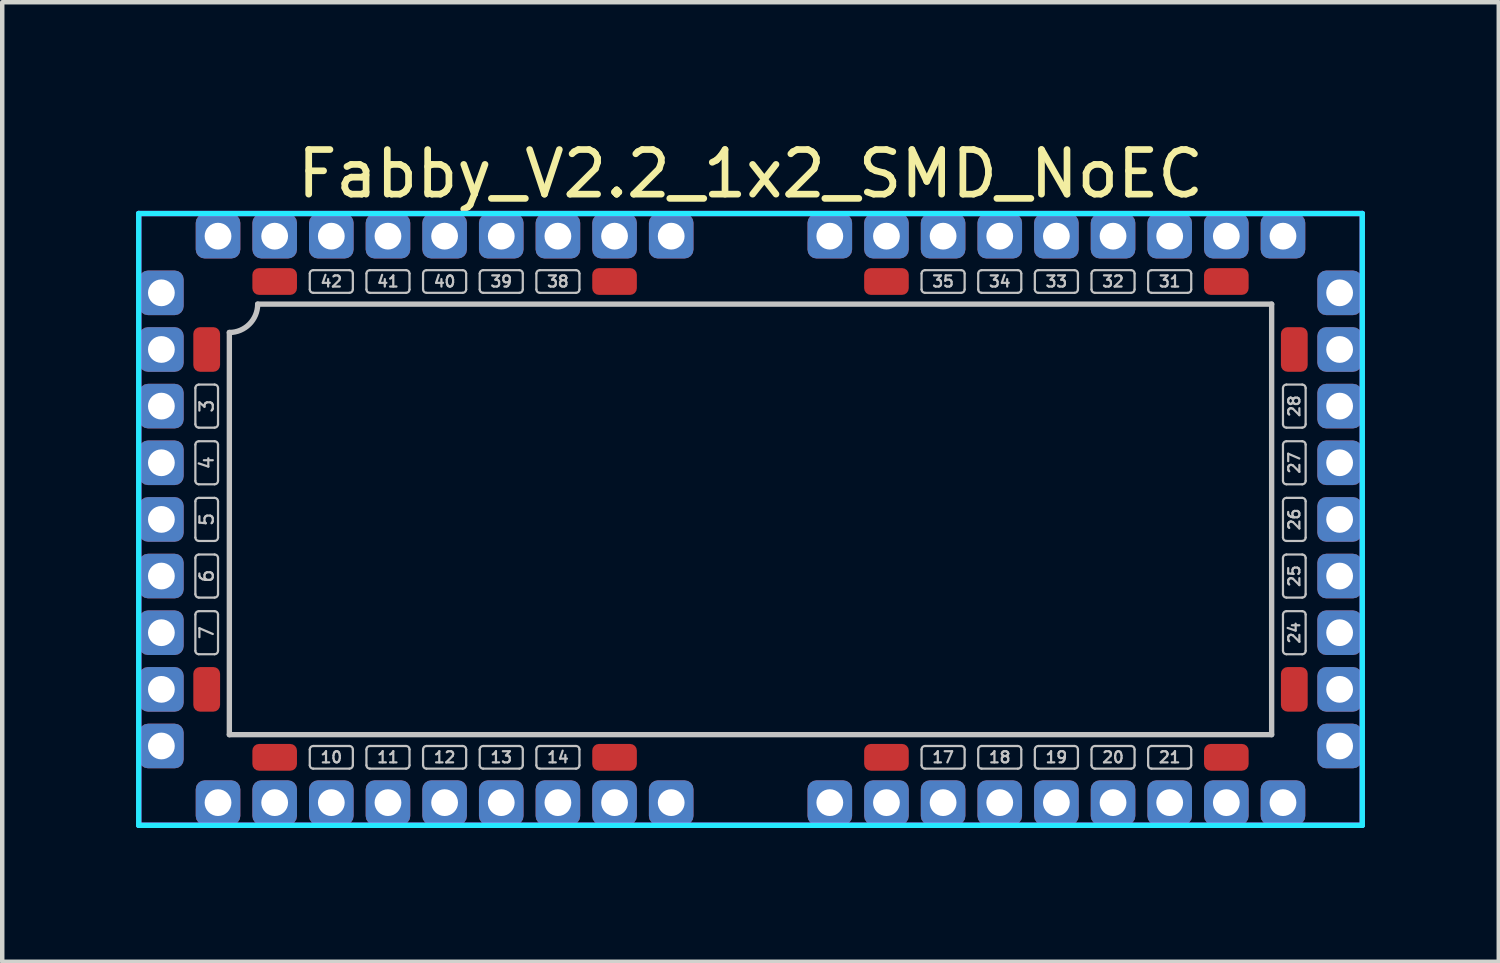
<source format=kicad_pcb>
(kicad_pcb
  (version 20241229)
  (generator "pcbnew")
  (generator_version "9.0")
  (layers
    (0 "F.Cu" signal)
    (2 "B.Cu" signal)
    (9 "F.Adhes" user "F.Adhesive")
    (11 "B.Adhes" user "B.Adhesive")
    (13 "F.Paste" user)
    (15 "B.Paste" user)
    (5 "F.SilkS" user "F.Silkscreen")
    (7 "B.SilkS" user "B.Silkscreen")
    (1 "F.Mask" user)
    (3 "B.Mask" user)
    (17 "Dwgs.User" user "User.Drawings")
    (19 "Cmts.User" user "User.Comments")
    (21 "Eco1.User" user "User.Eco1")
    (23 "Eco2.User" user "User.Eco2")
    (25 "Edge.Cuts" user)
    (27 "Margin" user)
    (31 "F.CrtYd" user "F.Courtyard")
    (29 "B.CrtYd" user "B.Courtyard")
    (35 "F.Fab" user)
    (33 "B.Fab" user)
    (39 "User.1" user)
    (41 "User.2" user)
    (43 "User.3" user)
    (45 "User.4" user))
  (footprint "Fabby_V2.2_1x2_SMD_NoEC"
    (layer "F.Cu")
    (at 13.776 8.595)
    (property "Reference" "Fabby_V2.2_1x2_SMD_NoEC" (at 0 -7.747 0) (layer "F.SilkS") (effects (font (size 1 1) (thickness 0.15))))
    (attr through_hole)
    (fp_line (start -12.446 -2.134) (end -12.446 -2.946) (stroke (width 0.05) (type solid)) (layer "Dwgs.User"))
    (fp_line (start -12.446 -0.864) (end -12.446 -1.676) (stroke (width 0.05) (type solid)) (layer "Dwgs.User"))
    (fp_line (start -12.446 0.406) (end -12.446 -0.406) (stroke (width 0.05) (type solid)) (layer "Dwgs.User"))
    (fp_line (start -12.446 1.676) (end -12.446 0.864) (stroke (width 0.05) (type solid)) (layer "Dwgs.User"))
    (fp_line (start -12.446 2.946) (end -12.446 2.134) (stroke (width 0.05) (type solid)) (layer "Dwgs.User"))
    (fp_line (start -12.37 -3.023) (end -12.014 -3.023) (stroke (width 0.05) (type solid)) (layer "Dwgs.User"))
    (fp_line (start -12.37 -2.057) (end -12.014 -2.057) (stroke (width 0.05) (type solid)) (layer "Dwgs.User"))
    (fp_line (start -12.37 -1.753) (end -12.014 -1.753) (stroke (width 0.05) (type solid)) (layer "Dwgs.User"))
    (fp_line (start -12.37 -0.787) (end -12.014 -0.787) (stroke (width 0.05) (type solid)) (layer "Dwgs.User"))
    (fp_line (start -12.37 -0.483) (end -12.014 -0.483) (stroke (width 0.05) (type solid)) (layer "Dwgs.User"))
    (fp_line (start -12.37 0.483) (end -12.014 0.483) (stroke (width 0.05) (type solid)) (layer "Dwgs.User"))
    (fp_line (start -12.37 0.787) (end -12.014 0.787) (stroke (width 0.05) (type solid)) (layer "Dwgs.User"))
    (fp_line (start -12.37 1.753) (end -12.014 1.753) (stroke (width 0.05) (type solid)) (layer "Dwgs.User"))
    (fp_line (start -12.37 2.057) (end -12.014 2.057) (stroke (width 0.05) (type solid)) (layer "Dwgs.User"))
    (fp_line (start -12.37 3.023) (end -12.014 3.023) (stroke (width 0.05) (type solid)) (layer "Dwgs.User"))
    (fp_line (start -11.938 -2.134) (end -11.938 -2.946) (stroke (width 0.05) (type solid)) (layer "Dwgs.User"))
    (fp_line (start -11.938 -0.864) (end -11.938 -1.676) (stroke (width 0.05) (type solid)) (layer "Dwgs.User"))
    (fp_line (start -11.938 0.406) (end -11.938 -0.406) (stroke (width 0.05) (type solid)) (layer "Dwgs.User"))
    (fp_line (start -11.938 1.676) (end -11.938 0.864) (stroke (width 0.05) (type solid)) (layer "Dwgs.User"))
    (fp_line (start -11.938 2.946) (end -11.938 2.134) (stroke (width 0.05) (type solid)) (layer "Dwgs.User"))
    (fp_line (start -11.684 4.826) (end -11.684 -4.191) (stroke (width 0.12) (type solid)) (layer "Dwgs.User"))
    (fp_line (start -11.049 -4.826) (end 11.684 -4.826) (stroke (width 0.12) (type solid)) (layer "Dwgs.User"))
    (fp_line (start -9.881 -5.156) (end -9.881 -5.512) (stroke (width 0.05) (type solid)) (layer "Dwgs.User"))
    (fp_line (start -9.881 5.512) (end -9.881 5.156) (stroke (width 0.05) (type solid)) (layer "Dwgs.User"))
    (fp_line (start -8.992 -5.588) (end -9.804 -5.588) (stroke (width 0.05) (type solid)) (layer "Dwgs.User"))
    (fp_line (start -8.992 -5.08) (end -9.804 -5.08) (stroke (width 0.05) (type solid)) (layer "Dwgs.User"))
    (fp_line (start -8.992 5.08) (end -9.804 5.08) (stroke (width 0.05) (type solid)) (layer "Dwgs.User"))
    (fp_line (start -8.992 5.588) (end -9.804 5.588) (stroke (width 0.05) (type solid)) (layer "Dwgs.User"))
    (fp_line (start -8.915 -5.156) (end -8.915 -5.512) (stroke (width 0.05) (type solid)) (layer "Dwgs.User"))
    (fp_line (start -8.915 5.512) (end -8.915 5.156) (stroke (width 0.05) (type solid)) (layer "Dwgs.User"))
    (fp_line (start -8.611 -5.156) (end -8.611 -5.512) (stroke (width 0.05) (type solid)) (layer "Dwgs.User"))
    (fp_line (start -8.611 5.512) (end -8.611 5.156) (stroke (width 0.05) (type solid)) (layer "Dwgs.User"))
    (fp_line (start -7.722 -5.588) (end -8.534 -5.588) (stroke (width 0.05) (type solid)) (layer "Dwgs.User"))
    (fp_line (start -7.722 -5.08) (end -8.534 -5.08) (stroke (width 0.05) (type solid)) (layer "Dwgs.User"))
    (fp_line (start -7.722 5.08) (end -8.534 5.08) (stroke (width 0.05) (type solid)) (layer "Dwgs.User"))
    (fp_line (start -7.722 5.588) (end -8.534 5.588) (stroke (width 0.05) (type solid)) (layer "Dwgs.User"))
    (fp_line (start -7.645 -5.156) (end -7.645 -5.512) (stroke (width 0.05) (type solid)) (layer "Dwgs.User"))
    (fp_line (start -7.645 5.512) (end -7.645 5.156) (stroke (width 0.05) (type solid)) (layer "Dwgs.User"))
    (fp_line (start -7.341 -5.156) (end -7.341 -5.512) (stroke (width 0.05) (type solid)) (layer "Dwgs.User"))
    (fp_line (start -7.341 5.512) (end -7.341 5.156) (stroke (width 0.05) (type solid)) (layer "Dwgs.User"))
    (fp_line (start -6.452 -5.588) (end -7.264 -5.588) (stroke (width 0.05) (type solid)) (layer "Dwgs.User"))
    (fp_line (start -6.452 -5.08) (end -7.264 -5.08) (stroke (width 0.05) (type solid)) (layer "Dwgs.User"))
    (fp_line (start -6.452 5.08) (end -7.264 5.08) (stroke (width 0.05) (type solid)) (layer "Dwgs.User"))
    (fp_line (start -6.452 5.588) (end -7.264 5.588) (stroke (width 0.05) (type solid)) (layer "Dwgs.User"))
    (fp_line (start -6.375 -5.156) (end -6.375 -5.512) (stroke (width 0.05) (type solid)) (layer "Dwgs.User"))
    (fp_line (start -6.375 5.512) (end -6.375 5.156) (stroke (width 0.05) (type solid)) (layer "Dwgs.User"))
    (fp_line (start -6.071 -5.156) (end -6.071 -5.512) (stroke (width 0.05) (type solid)) (layer "Dwgs.User"))
    (fp_line (start -6.071 5.512) (end -6.071 5.156) (stroke (width 0.05) (type solid)) (layer "Dwgs.User"))
    (fp_line (start -5.182 -5.588) (end -5.994 -5.588) (stroke (width 0.05) (type solid)) (layer "Dwgs.User"))
    (fp_line (start -5.182 -5.08) (end -5.994 -5.08) (stroke (width 0.05) (type solid)) (layer "Dwgs.User"))
    (fp_line (start -5.182 5.08) (end -5.994 5.08) (stroke (width 0.05) (type solid)) (layer "Dwgs.User"))
    (fp_line (start -5.182 5.588) (end -5.994 5.588) (stroke (width 0.05) (type solid)) (layer "Dwgs.User"))
    (fp_line (start -5.105 -5.156) (end -5.105 -5.512) (stroke (width 0.05) (type solid)) (layer "Dwgs.User"))
    (fp_line (start -5.105 5.512) (end -5.105 5.156) (stroke (width 0.05) (type solid)) (layer "Dwgs.User"))
    (fp_line (start -4.801 -5.156) (end -4.801 -5.512) (stroke (width 0.05) (type solid)) (layer "Dwgs.User"))
    (fp_line (start -4.801 5.512) (end -4.801 5.156) (stroke (width 0.05) (type solid)) (layer "Dwgs.User"))
    (fp_line (start -3.912 -5.588) (end -4.724 -5.588) (stroke (width 0.05) (type solid)) (layer "Dwgs.User"))
    (fp_line (start -3.912 -5.08) (end -4.724 -5.08) (stroke (width 0.05) (type solid)) (layer "Dwgs.User"))
    (fp_line (start -3.912 5.08) (end -4.724 5.08) (stroke (width 0.05) (type solid)) (layer "Dwgs.User"))
    (fp_line (start -3.912 5.588) (end -4.724 5.588) (stroke (width 0.05) (type solid)) (layer "Dwgs.User"))
    (fp_line (start -3.835 -5.156) (end -3.835 -5.512) (stroke (width 0.05) (type solid)) (layer "Dwgs.User"))
    (fp_line (start -3.835 5.512) (end -3.835 5.156) (stroke (width 0.05) (type solid)) (layer "Dwgs.User"))
    (fp_line (start 3.835 -5.156) (end 3.835 -5.512) (stroke (width 0.05) (type solid)) (layer "Dwgs.User"))
    (fp_line (start 3.835 5.512) (end 3.835 5.156) (stroke (width 0.05) (type solid)) (layer "Dwgs.User"))
    (fp_line (start 4.724 -5.588) (end 3.912 -5.588) (stroke (width 0.05) (type solid)) (layer "Dwgs.User"))
    (fp_line (start 4.724 -5.08) (end 3.912 -5.08) (stroke (width 0.05) (type solid)) (layer "Dwgs.User"))
    (fp_line (start 4.724 5.08) (end 3.912 5.08) (stroke (width 0.05) (type solid)) (layer "Dwgs.User"))
    (fp_line (start 4.724 5.588) (end 3.912 5.588) (stroke (width 0.05) (type solid)) (layer "Dwgs.User"))
    (fp_line (start 4.801 -5.156) (end 4.801 -5.512) (stroke (width 0.05) (type solid)) (layer "Dwgs.User"))
    (fp_line (start 4.801 5.512) (end 4.801 5.156) (stroke (width 0.05) (type solid)) (layer "Dwgs.User"))
    (fp_line (start 5.105 -5.156) (end 5.105 -5.512) (stroke (width 0.05) (type solid)) (layer "Dwgs.User"))
    (fp_line (start 5.105 5.512) (end 5.105 5.156) (stroke (width 0.05) (type solid)) (layer "Dwgs.User"))
    (fp_line (start 5.994 -5.588) (end 5.182 -5.588) (stroke (width 0.05) (type solid)) (layer "Dwgs.User"))
    (fp_line (start 5.994 -5.08) (end 5.182 -5.08) (stroke (width 0.05) (type solid)) (layer "Dwgs.User"))
    (fp_line (start 5.994 5.08) (end 5.182 5.08) (stroke (width 0.05) (type solid)) (layer "Dwgs.User"))
    (fp_line (start 5.994 5.588) (end 5.182 5.588) (stroke (width 0.05) (type solid)) (layer "Dwgs.User"))
    (fp_line (start 6.071 -5.156) (end 6.071 -5.512) (stroke (width 0.05) (type solid)) (layer "Dwgs.User"))
    (fp_line (start 6.071 5.512) (end 6.071 5.156) (stroke (width 0.05) (type solid)) (layer "Dwgs.User"))
    (fp_line (start 6.375 -5.156) (end 6.375 -5.512) (stroke (width 0.05) (type solid)) (layer "Dwgs.User"))
    (fp_line (start 6.375 5.512) (end 6.375 5.156) (stroke (width 0.05) (type solid)) (layer "Dwgs.User"))
    (fp_line (start 7.264 -5.588) (end 6.452 -5.588) (stroke (width 0.05) (type solid)) (layer "Dwgs.User"))
    (fp_line (start 7.264 -5.08) (end 6.452 -5.08) (stroke (width 0.05) (type solid)) (layer "Dwgs.User"))
    (fp_line (start 7.264 5.08) (end 6.452 5.08) (stroke (width 0.05) (type solid)) (layer "Dwgs.User"))
    (fp_line (start 7.264 5.588) (end 6.452 5.588) (stroke (width 0.05) (type solid)) (layer "Dwgs.User"))
    (fp_line (start 7.341 -5.156) (end 7.341 -5.512) (stroke (width 0.05) (type solid)) (layer "Dwgs.User"))
    (fp_line (start 7.341 5.512) (end 7.341 5.156) (stroke (width 0.05) (type solid)) (layer "Dwgs.User"))
    (fp_line (start 7.645 -5.156) (end 7.645 -5.512) (stroke (width 0.05) (type solid)) (layer "Dwgs.User"))
    (fp_line (start 7.645 5.512) (end 7.645 5.156) (stroke (width 0.05) (type solid)) (layer "Dwgs.User"))
    (fp_line (start 8.534 -5.588) (end 7.722 -5.588) (stroke (width 0.05) (type solid)) (layer "Dwgs.User"))
    (fp_line (start 8.534 -5.08) (end 7.722 -5.08) (stroke (width 0.05) (type solid)) (layer "Dwgs.User"))
    (fp_line (start 8.534 5.08) (end 7.722 5.08) (stroke (width 0.05) (type solid)) (layer "Dwgs.User"))
    (fp_line (start 8.534 5.588) (end 7.722 5.588) (stroke (width 0.05) (type solid)) (layer "Dwgs.User"))
    (fp_line (start 8.611 -5.156) (end 8.611 -5.512) (stroke (width 0.05) (type solid)) (layer "Dwgs.User"))
    (fp_line (start 8.611 5.512) (end 8.611 5.156) (stroke (width 0.05) (type solid)) (layer "Dwgs.User"))
    (fp_line (start 8.915 -5.156) (end 8.915 -5.512) (stroke (width 0.05) (type solid)) (layer "Dwgs.User"))
    (fp_line (start 8.915 5.512) (end 8.915 5.156) (stroke (width 0.05) (type solid)) (layer "Dwgs.User"))
    (fp_line (start 9.804 -5.588) (end 8.992 -5.588) (stroke (width 0.05) (type solid)) (layer "Dwgs.User"))
    (fp_line (start 9.804 -5.08) (end 8.992 -5.08) (stroke (width 0.05) (type solid)) (layer "Dwgs.User"))
    (fp_line (start 9.804 5.08) (end 8.992 5.08) (stroke (width 0.05) (type solid)) (layer "Dwgs.User"))
    (fp_line (start 9.804 5.588) (end 8.992 5.588) (stroke (width 0.05) (type solid)) (layer "Dwgs.User"))
    (fp_line (start 9.881 -5.156) (end 9.881 -5.512) (stroke (width 0.05) (type solid)) (layer "Dwgs.User"))
    (fp_line (start 9.881 5.512) (end 9.881 5.156) (stroke (width 0.05) (type solid)) (layer "Dwgs.User"))
    (fp_line (start 11.684 -4.826) (end 11.684 4.826) (stroke (width 0.12) (type solid)) (layer "Dwgs.User"))
    (fp_line (start 11.684 4.826) (end -11.684 4.826) (stroke (width 0.12) (type solid)) (layer "Dwgs.User"))
    (fp_line (start 11.938 -2.134) (end 11.938 -2.946) (stroke (width 0.05) (type solid)) (layer "Dwgs.User"))
    (fp_line (start 11.938 -0.864) (end 11.938 -1.676) (stroke (width 0.05) (type solid)) (layer "Dwgs.User"))
    (fp_line (start 11.938 0.406) (end 11.938 -0.406) (stroke (width 0.05) (type solid)) (layer "Dwgs.User"))
    (fp_line (start 11.938 1.676) (end 11.938 0.864) (stroke (width 0.05) (type solid)) (layer "Dwgs.User"))
    (fp_line (start 11.938 2.946) (end 11.938 2.134) (stroke (width 0.05) (type solid)) (layer "Dwgs.User"))
    (fp_line (start 12.014 -3.023) (end 12.37 -3.023) (stroke (width 0.05) (type solid)) (layer "Dwgs.User"))
    (fp_line (start 12.014 -2.057) (end 12.37 -2.057) (stroke (width 0.05) (type solid)) (layer "Dwgs.User"))
    (fp_line (start 12.014 -1.753) (end 12.37 -1.753) (stroke (width 0.05) (type solid)) (layer "Dwgs.User"))
    (fp_line (start 12.014 -0.787) (end 12.37 -0.787) (stroke (width 0.05) (type solid)) (layer "Dwgs.User"))
    (fp_line (start 12.014 -0.483) (end 12.37 -0.483) (stroke (width 0.05) (type solid)) (layer "Dwgs.User"))
    (fp_line (start 12.014 0.483) (end 12.37 0.483) (stroke (width 0.05) (type solid)) (layer "Dwgs.User"))
    (fp_line (start 12.014 0.787) (end 12.37 0.787) (stroke (width 0.05) (type solid)) (layer "Dwgs.User"))
    (fp_line (start 12.014 1.753) (end 12.37 1.753) (stroke (width 0.05) (type solid)) (layer "Dwgs.User"))
    (fp_line (start 12.014 2.057) (end 12.37 2.057) (stroke (width 0.05) (type solid)) (layer "Dwgs.User"))
    (fp_line (start 12.014 3.023) (end 12.37 3.023) (stroke (width 0.05) (type solid)) (layer "Dwgs.User"))
    (fp_line (start 12.446 -2.134) (end 12.446 -2.946) (stroke (width 0.05) (type solid)) (layer "Dwgs.User"))
    (fp_line (start 12.446 -0.864) (end 12.446 -1.676) (stroke (width 0.05) (type solid)) (layer "Dwgs.User"))
    (fp_line (start 12.446 0.406) (end 12.446 -0.406) (stroke (width 0.05) (type solid)) (layer "Dwgs.User"))
    (fp_line (start 12.446 1.676) (end 12.446 0.864) (stroke (width 0.05) (type solid)) (layer "Dwgs.User"))
    (fp_line (start 12.446 2.946) (end 12.446 2.134) (stroke (width 0.05) (type solid)) (layer "Dwgs.User"))
    (fp_arc (start -12.446 -2.9464) (mid -12.423682 -3.000282) (end -12.3698 -3.0226) (stroke (width 0.05) (type solid)) (layer "Dwgs.User"))
    (fp_arc (start -12.446 -1.6764) (mid -12.423682 -1.730282) (end -12.3698 -1.7526) (stroke (width 0.05) (type solid)) (layer "Dwgs.User"))
    (fp_arc (start -12.446 -0.4064) (mid -12.423682 -0.460282) (end -12.3698 -0.4826) (stroke (width 0.05) (type solid)) (layer "Dwgs.User"))
    (fp_arc (start -12.446 0.8636) (mid -12.423682 0.809718) (end -12.3698 0.7874) (stroke (width 0.05) (type solid)) (layer "Dwgs.User"))
    (fp_arc (start -12.446 2.1336) (mid -12.423682 2.079718) (end -12.3698 2.0574) (stroke (width 0.05) (type solid)) (layer "Dwgs.User"))
    (fp_arc (start -12.3698 -2.0574) (mid -12.423682 -2.079718) (end -12.446 -2.1336) (stroke (width 0.05) (type solid)) (layer "Dwgs.User"))
    (fp_arc (start -12.3698 -0.7874) (mid -12.423682 -0.809718) (end -12.446 -0.8636) (stroke (width 0.05) (type solid)) (layer "Dwgs.User"))
    (fp_arc (start -12.3698 0.4826) (mid -12.423682 0.460282) (end -12.446 0.4064) (stroke (width 0.05) (type solid)) (layer "Dwgs.User"))
    (fp_arc (start -12.3698 1.7526) (mid -12.423682 1.730282) (end -12.446 1.6764) (stroke (width 0.05) (type solid)) (layer "Dwgs.User"))
    (fp_arc (start -12.3698 3.0226) (mid -12.423682 3.000282) (end -12.446 2.9464) (stroke (width 0.05) (type solid)) (layer "Dwgs.User"))
    (fp_arc (start -12.0142 -3.0226) (mid -11.960318 -3.000282) (end -11.938 -2.9464) (stroke (width 0.05) (type solid)) (layer "Dwgs.User"))
    (fp_arc (start -12.0142 -1.7526) (mid -11.960318 -1.730282) (end -11.938 -1.6764) (stroke (width 0.05) (type solid)) (layer "Dwgs.User"))
    (fp_arc (start -12.0142 -0.4826) (mid -11.960318 -0.460282) (end -11.938 -0.4064) (stroke (width 0.05) (type solid)) (layer "Dwgs.User"))
    (fp_arc (start -12.0142 0.7874) (mid -11.960318 0.809718) (end -11.938 0.8636) (stroke (width 0.05) (type solid)) (layer "Dwgs.User"))
    (fp_arc (start -12.0142 2.0574) (mid -11.960318 2.079718) (end -11.938 2.1336) (stroke (width 0.05) (type solid)) (layer "Dwgs.User"))
    (fp_arc (start -11.938 -2.1336) (mid -11.960318 -2.079718) (end -12.0142 -2.0574) (stroke (width 0.05) (type solid)) (layer "Dwgs.User"))
    (fp_arc (start -11.938 -0.8636) (mid -11.960318 -0.809718) (end -12.0142 -0.7874) (stroke (width 0.05) (type solid)) (layer "Dwgs.User"))
    (fp_arc (start -11.938 0.4064) (mid -11.960318 0.460282) (end -12.0142 0.4826) (stroke (width 0.05) (type solid)) (layer "Dwgs.User"))
    (fp_arc (start -11.938 1.6764) (mid -11.960318 1.730282) (end -12.0142 1.7526) (stroke (width 0.05) (type solid)) (layer "Dwgs.User"))
    (fp_arc (start -11.938 2.9464) (mid -11.960318 3.000282) (end -12.0142 3.0226) (stroke (width 0.05) (type solid)) (layer "Dwgs.User"))
    (fp_arc (start -11.049 -4.826) (mid -11.234987 -4.376987) (end -11.684 -4.191) (stroke (width 0.12) (type solid)) (layer "Dwgs.User"))
    (fp_arc (start -9.8806 -5.5118) (mid -9.858282 -5.565682) (end -9.8044 -5.588) (stroke (width 0.05) (type solid)) (layer "Dwgs.User"))
    (fp_arc (start -9.8806 5.1562) (mid -9.858282 5.102318) (end -9.8044 5.08) (stroke (width 0.05) (type solid)) (layer "Dwgs.User"))
    (fp_arc (start -9.8044 -5.08) (mid -9.858282 -5.102318) (end -9.8806 -5.1562) (stroke (width 0.05) (type solid)) (layer "Dwgs.User"))
    (fp_arc (start -9.8044 5.588) (mid -9.858282 5.565682) (end -9.8806 5.5118) (stroke (width 0.05) (type solid)) (layer "Dwgs.User"))
    (fp_arc (start -8.9916 -5.588) (mid -8.937718 -5.565682) (end -8.9154 -5.5118) (stroke (width 0.05) (type solid)) (layer "Dwgs.User"))
    (fp_arc (start -8.9916 5.08) (mid -8.937718 5.102318) (end -8.9154 5.1562) (stroke (width 0.05) (type solid)) (layer "Dwgs.User"))
    (fp_arc (start -8.9154 -5.1562) (mid -8.937718 -5.102318) (end -8.9916 -5.08) (stroke (width 0.05) (type solid)) (layer "Dwgs.User"))
    (fp_arc (start -8.9154 5.5118) (mid -8.937718 5.565682) (end -8.9916 5.588) (stroke (width 0.05) (type solid)) (layer "Dwgs.User"))
    (fp_arc (start -8.6106 -5.5118) (mid -8.588282 -5.565682) (end -8.5344 -5.588) (stroke (width 0.05) (type solid)) (layer "Dwgs.User"))
    (fp_arc (start -8.6106 5.1562) (mid -8.588282 5.102318) (end -8.5344 5.08) (stroke (width 0.05) (type solid)) (layer "Dwgs.User"))
    (fp_arc (start -8.5344 -5.08) (mid -8.588282 -5.102318) (end -8.6106 -5.1562) (stroke (width 0.05) (type solid)) (layer "Dwgs.User"))
    (fp_arc (start -8.5344 5.588) (mid -8.588282 5.565682) (end -8.6106 5.5118) (stroke (width 0.05) (type solid)) (layer "Dwgs.User"))
    (fp_arc (start -7.7216 -5.588) (mid -7.667718 -5.565682) (end -7.6454 -5.5118) (stroke (width 0.05) (type solid)) (layer "Dwgs.User"))
    (fp_arc (start -7.7216 5.08) (mid -7.667718 5.102318) (end -7.6454 5.1562) (stroke (width 0.05) (type solid)) (layer "Dwgs.User"))
    (fp_arc (start -7.6454 -5.1562) (mid -7.667718 -5.102318) (end -7.7216 -5.08) (stroke (width 0.05) (type solid)) (layer "Dwgs.User"))
    (fp_arc (start -7.6454 5.5118) (mid -7.667718 5.565682) (end -7.7216 5.588) (stroke (width 0.05) (type solid)) (layer "Dwgs.User"))
    (fp_arc (start -7.3406 -5.5118) (mid -7.318282 -5.565682) (end -7.2644 -5.588) (stroke (width 0.05) (type solid)) (layer "Dwgs.User"))
    (fp_arc (start -7.3406 5.1562) (mid -7.318282 5.102318) (end -7.2644 5.08) (stroke (width 0.05) (type solid)) (layer "Dwgs.User"))
    (fp_arc (start -7.2644 -5.08) (mid -7.318282 -5.102318) (end -7.3406 -5.1562) (stroke (width 0.05) (type solid)) (layer "Dwgs.User"))
    (fp_arc (start -7.2644 5.588) (mid -7.318282 5.565682) (end -7.3406 5.5118) (stroke (width 0.05) (type solid)) (layer "Dwgs.User"))
    (fp_arc (start -6.4516 -5.588) (mid -6.397718 -5.565682) (end -6.3754 -5.5118) (stroke (width 0.05) (type solid)) (layer "Dwgs.User"))
    (fp_arc (start -6.4516 5.08) (mid -6.397718 5.102318) (end -6.3754 5.1562) (stroke (width 0.05) (type solid)) (layer "Dwgs.User"))
    (fp_arc (start -6.3754 -5.1562) (mid -6.397718 -5.102318) (end -6.4516 -5.08) (stroke (width 0.05) (type solid)) (layer "Dwgs.User"))
    (fp_arc (start -6.3754 5.5118) (mid -6.397718 5.565682) (end -6.4516 5.588) (stroke (width 0.05) (type solid)) (layer "Dwgs.User"))
    (fp_arc (start -6.0706 -5.5118) (mid -6.048282 -5.565682) (end -5.9944 -5.588) (stroke (width 0.05) (type solid)) (layer "Dwgs.User"))
    (fp_arc (start -6.0706 5.1562) (mid -6.048282 5.102318) (end -5.9944 5.08) (stroke (width 0.05) (type solid)) (layer "Dwgs.User"))
    (fp_arc (start -5.9944 -5.08) (mid -6.048282 -5.102318) (end -6.0706 -5.1562) (stroke (width 0.05) (type solid)) (layer "Dwgs.User"))
    (fp_arc (start -5.9944 5.588) (mid -6.048282 5.565682) (end -6.0706 5.5118) (stroke (width 0.05) (type solid)) (layer "Dwgs.User"))
    (fp_arc (start -5.1816 -5.588) (mid -5.127718 -5.565682) (end -5.1054 -5.5118) (stroke (width 0.05) (type solid)) (layer "Dwgs.User"))
    (fp_arc (start -5.1816 5.08) (mid -5.127718 5.102318) (end -5.1054 5.1562) (stroke (width 0.05) (type solid)) (layer "Dwgs.User"))
    (fp_arc (start -5.1054 -5.1562) (mid -5.127718 -5.102318) (end -5.1816 -5.08) (stroke (width 0.05) (type solid)) (layer "Dwgs.User"))
    (fp_arc (start -5.1054 5.5118) (mid -5.127718 5.565682) (end -5.1816 5.588) (stroke (width 0.05) (type solid)) (layer "Dwgs.User"))
    (fp_arc (start -4.8006 -5.5118) (mid -4.778282 -5.565682) (end -4.7244 -5.588) (stroke (width 0.05) (type solid)) (layer "Dwgs.User"))
    (fp_arc (start -4.8006 5.1562) (mid -4.778282 5.102318) (end -4.7244 5.08) (stroke (width 0.05) (type solid)) (layer "Dwgs.User"))
    (fp_arc (start -4.7244 -5.08) (mid -4.778282 -5.102318) (end -4.8006 -5.1562) (stroke (width 0.05) (type solid)) (layer "Dwgs.User"))
    (fp_arc (start -4.7244 5.588) (mid -4.778282 5.565682) (end -4.8006 5.5118) (stroke (width 0.05) (type solid)) (layer "Dwgs.User"))
    (fp_arc (start -3.9116 -5.588) (mid -3.857718 -5.565682) (end -3.8354 -5.5118) (stroke (width 0.05) (type solid)) (layer "Dwgs.User"))
    (fp_arc (start -3.9116 5.08) (mid -3.857718 5.102318) (end -3.8354 5.1562) (stroke (width 0.05) (type solid)) (layer "Dwgs.User"))
    (fp_arc (start -3.8354 -5.1562) (mid -3.857718 -5.102318) (end -3.9116 -5.08) (stroke (width 0.05) (type solid)) (layer "Dwgs.User"))
    (fp_arc (start -3.8354 5.5118) (mid -3.857718 5.565682) (end -3.9116 5.588) (stroke (width 0.05) (type solid)) (layer "Dwgs.User"))
    (fp_arc (start 3.8354 -5.5118) (mid 3.857718 -5.565682) (end 3.9116 -5.588) (stroke (width 0.05) (type solid)) (layer "Dwgs.User"))
    (fp_arc (start 3.8354 5.1562) (mid 3.857718 5.102318) (end 3.9116 5.08) (stroke (width 0.05) (type solid)) (layer "Dwgs.User"))
    (fp_arc (start 3.9116 -5.08) (mid 3.857718 -5.102318) (end 3.8354 -5.1562) (stroke (width 0.05) (type solid)) (layer "Dwgs.User"))
    (fp_arc (start 3.9116 5.588) (mid 3.857718 5.565682) (end 3.8354 5.5118) (stroke (width 0.05) (type solid)) (layer "Dwgs.User"))
    (fp_arc (start 4.7244 -5.588) (mid 4.778282 -5.565682) (end 4.8006 -5.5118) (stroke (width 0.05) (type solid)) (layer "Dwgs.User"))
    (fp_arc (start 4.7244 5.08) (mid 4.778282 5.102318) (end 4.8006 5.1562) (stroke (width 0.05) (type solid)) (layer "Dwgs.User"))
    (fp_arc (start 4.8006 -5.1562) (mid 4.778282 -5.102318) (end 4.7244 -5.08) (stroke (width 0.05) (type solid)) (layer "Dwgs.User"))
    (fp_arc (start 4.8006 5.5118) (mid 4.778282 5.565682) (end 4.7244 5.588) (stroke (width 0.05) (type solid)) (layer "Dwgs.User"))
    (fp_arc (start 5.1054 -5.5118) (mid 5.127718 -5.565682) (end 5.1816 -5.588) (stroke (width 0.05) (type solid)) (layer "Dwgs.User"))
    (fp_arc (start 5.1054 5.1562) (mid 5.127718 5.102318) (end 5.1816 5.08) (stroke (width 0.05) (type solid)) (layer "Dwgs.User"))
    (fp_arc (start 5.1816 -5.08) (mid 5.127718 -5.102318) (end 5.1054 -5.1562) (stroke (width 0.05) (type solid)) (layer "Dwgs.User"))
    (fp_arc (start 5.1816 5.588) (mid 5.127718 5.565682) (end 5.1054 5.5118) (stroke (width 0.05) (type solid)) (layer "Dwgs.User"))
    (fp_arc (start 5.9944 -5.588) (mid 6.048282 -5.565682) (end 6.0706 -5.5118) (stroke (width 0.05) (type solid)) (layer "Dwgs.User"))
    (fp_arc (start 5.9944 5.08) (mid 6.048282 5.102318) (end 6.0706 5.1562) (stroke (width 0.05) (type solid)) (layer "Dwgs.User"))
    (fp_arc (start 6.0706 -5.1562) (mid 6.048282 -5.102318) (end 5.9944 -5.08) (stroke (width 0.05) (type solid)) (layer "Dwgs.User"))
    (fp_arc (start 6.0706 5.5118) (mid 6.048282 5.565682) (end 5.9944 5.588) (stroke (width 0.05) (type solid)) (layer "Dwgs.User"))
    (fp_arc (start 6.3754 -5.5118) (mid 6.397718 -5.565682) (end 6.4516 -5.588) (stroke (width 0.05) (type solid)) (layer "Dwgs.User"))
    (fp_arc (start 6.3754 5.1562) (mid 6.397718 5.102318) (end 6.4516 5.08) (stroke (width 0.05) (type solid)) (layer "Dwgs.User"))
    (fp_arc (start 6.4516 -5.08) (mid 6.397718 -5.102318) (end 6.3754 -5.1562) (stroke (width 0.05) (type solid)) (layer "Dwgs.User"))
    (fp_arc (start 6.4516 5.588) (mid 6.397718 5.565682) (end 6.3754 5.5118) (stroke (width 0.05) (type solid)) (layer "Dwgs.User"))
    (fp_arc (start 7.2644 -5.588) (mid 7.318282 -5.565682) (end 7.3406 -5.5118) (stroke (width 0.05) (type solid)) (layer "Dwgs.User"))
    (fp_arc (start 7.2644 5.08) (mid 7.318282 5.102318) (end 7.3406 5.1562) (stroke (width 0.05) (type solid)) (layer "Dwgs.User"))
    (fp_arc (start 7.3406 -5.1562) (mid 7.318282 -5.102318) (end 7.2644 -5.08) (stroke (width 0.05) (type solid)) (layer "Dwgs.User"))
    (fp_arc (start 7.3406 5.5118) (mid 7.318282 5.565682) (end 7.2644 5.588) (stroke (width 0.05) (type solid)) (layer "Dwgs.User"))
    (fp_arc (start 7.6454 -5.5118) (mid 7.667718 -5.565682) (end 7.7216 -5.588) (stroke (width 0.05) (type solid)) (layer "Dwgs.User"))
    (fp_arc (start 7.6454 5.1562) (mid 7.667718 5.102318) (end 7.7216 5.08) (stroke (width 0.05) (type solid)) (layer "Dwgs.User"))
    (fp_arc (start 7.7216 -5.08) (mid 7.667718 -5.102318) (end 7.6454 -5.1562) (stroke (width 0.05) (type solid)) (layer "Dwgs.User"))
    (fp_arc (start 7.7216 5.588) (mid 7.667718 5.565682) (end 7.6454 5.5118) (stroke (width 0.05) (type solid)) (layer "Dwgs.User"))
    (fp_arc (start 8.5344 -5.588) (mid 8.588282 -5.565682) (end 8.6106 -5.5118) (stroke (width 0.05) (type solid)) (layer "Dwgs.User"))
    (fp_arc (start 8.5344 5.08) (mid 8.588282 5.102318) (end 8.6106 5.1562) (stroke (width 0.05) (type solid)) (layer "Dwgs.User"))
    (fp_arc (start 8.6106 -5.1562) (mid 8.588282 -5.102318) (end 8.5344 -5.08) (stroke (width 0.05) (type solid)) (layer "Dwgs.User"))
    (fp_arc (start 8.6106 5.5118) (mid 8.588282 5.565682) (end 8.5344 5.588) (stroke (width 0.05) (type solid)) (layer "Dwgs.User"))
    (fp_arc (start 8.9154 -5.5118) (mid 8.937718 -5.565682) (end 8.9916 -5.588) (stroke (width 0.05) (type solid)) (layer "Dwgs.User"))
    (fp_arc (start 8.9154 5.1562) (mid 8.937718 5.102318) (end 8.9916 5.08) (stroke (width 0.05) (type solid)) (layer "Dwgs.User"))
    (fp_arc (start 8.9916 -5.08) (mid 8.937718 -5.102318) (end 8.9154 -5.1562) (stroke (width 0.05) (type solid)) (layer "Dwgs.User"))
    (fp_arc (start 8.9916 5.588) (mid 8.937718 5.565682) (end 8.9154 5.5118) (stroke (width 0.05) (type solid)) (layer "Dwgs.User"))
    (fp_arc (start 9.8044 -5.588) (mid 9.858282 -5.565682) (end 9.8806 -5.5118) (stroke (width 0.05) (type solid)) (layer "Dwgs.User"))
    (fp_arc (start 9.8044 5.08) (mid 9.858282 5.102318) (end 9.8806 5.1562) (stroke (width 0.05) (type solid)) (layer "Dwgs.User"))
    (fp_arc (start 9.8806 -5.1562) (mid 9.858282 -5.102318) (end 9.8044 -5.08) (stroke (width 0.05) (type solid)) (layer "Dwgs.User"))
    (fp_arc (start 9.8806 5.5118) (mid 9.858282 5.565682) (end 9.8044 5.588) (stroke (width 0.05) (type solid)) (layer "Dwgs.User"))
    (fp_arc (start 11.938 -2.9464) (mid 11.960318 -3.000282) (end 12.0142 -3.0226) (stroke (width 0.05) (type solid)) (layer "Dwgs.User"))
    (fp_arc (start 11.938 -1.6764) (mid 11.960318 -1.730282) (end 12.0142 -1.7526) (stroke (width 0.05) (type solid)) (layer "Dwgs.User"))
    (fp_arc (start 11.938 -0.4064) (mid 11.960318 -0.460282) (end 12.0142 -0.4826) (stroke (width 0.05) (type solid)) (layer "Dwgs.User"))
    (fp_arc (start 11.938 0.8636) (mid 11.960318 0.809718) (end 12.0142 0.7874) (stroke (width 0.05) (type solid)) (layer "Dwgs.User"))
    (fp_arc (start 11.938 2.1336) (mid 11.960318 2.079718) (end 12.0142 2.0574) (stroke (width 0.05) (type solid)) (layer "Dwgs.User"))
    (fp_arc (start 12.0142 -2.0574) (mid 11.960318 -2.079718) (end 11.938 -2.1336) (stroke (width 0.05) (type solid)) (layer "Dwgs.User"))
    (fp_arc (start 12.0142 -0.7874) (mid 11.960318 -0.809718) (end 11.938 -0.8636) (stroke (width 0.05) (type solid)) (layer "Dwgs.User"))
    (fp_arc (start 12.0142 0.4826) (mid 11.960318 0.460282) (end 11.938 0.4064) (stroke (width 0.05) (type solid)) (layer "Dwgs.User"))
    (fp_arc (start 12.0142 1.7526) (mid 11.960318 1.730282) (end 11.938 1.6764) (stroke (width 0.05) (type solid)) (layer "Dwgs.User"))
    (fp_arc (start 12.0142 3.0226) (mid 11.960318 3.000282) (end 11.938 2.9464) (stroke (width 0.05) (type solid)) (layer "Dwgs.User"))
    (fp_arc (start 12.3698 -3.0226) (mid 12.423682 -3.000282) (end 12.446 -2.9464) (stroke (width 0.05) (type solid)) (layer "Dwgs.User"))
    (fp_arc (start 12.3698 -1.7526) (mid 12.423682 -1.730282) (end 12.446 -1.6764) (stroke (width 0.05) (type solid)) (layer "Dwgs.User"))
    (fp_arc (start 12.3698 -0.4826) (mid 12.423682 -0.460282) (end 12.446 -0.4064) (stroke (width 0.05) (type solid)) (layer "Dwgs.User"))
    (fp_arc (start 12.3698 0.7874) (mid 12.423682 0.809718) (end 12.446 0.8636) (stroke (width 0.05) (type solid)) (layer "Dwgs.User"))
    (fp_arc (start 12.3698 2.0574) (mid 12.423682 2.079718) (end 12.446 2.1336) (stroke (width 0.05) (type solid)) (layer "Dwgs.User"))
    (fp_arc (start 12.446 -2.1336) (mid 12.423682 -2.079718) (end 12.3698 -2.0574) (stroke (width 0.05) (type solid)) (layer "Dwgs.User"))
    (fp_arc (start 12.446 -0.8636) (mid 12.423682 -0.809718) (end 12.3698 -0.7874) (stroke (width 0.05) (type solid)) (layer "Dwgs.User"))
    (fp_arc (start 12.446 0.4064) (mid 12.423682 0.460282) (end 12.3698 0.4826) (stroke (width 0.05) (type solid)) (layer "Dwgs.User"))
    (fp_arc (start 12.446 1.6764) (mid 12.423682 1.730282) (end 12.3698 1.7526) (stroke (width 0.05) (type solid)) (layer "Dwgs.User"))
    (fp_arc (start 12.446 2.9464) (mid 12.423682 3.000282) (end 12.3698 3.0226) (stroke (width 0.05) (type solid)) (layer "Dwgs.User"))
    (fp_line (start -13.716 -6.858) (end 13.716 -6.858) (stroke (width 0.12) (type solid)) (layer "B.CrtYd"))
    (fp_line (start -13.716 6.858) (end -13.716 -6.858) (stroke (width 0.12) (type solid)) (layer "B.CrtYd"))
    (fp_line (start 13.716 -6.858) (end 13.716 6.858) (stroke (width 0.12) (type solid)) (layer "B.CrtYd"))
    (fp_line (start 13.716 6.858) (end -13.716 6.858) (stroke (width 0.12) (type solid)) (layer "B.CrtYd"))
    (fp_line (start -13.716 -6.858) (end 13.716 -6.858) (stroke (width 0.12) (type solid)) (layer "F.CrtYd"))
    (fp_line (start -13.716 6.858) (end -13.716 -6.858) (stroke (width 0.12) (type solid)) (layer "F.CrtYd"))
    (fp_line (start 13.716 -6.858) (end 13.716 6.858) (stroke (width 0.12) (type solid)) (layer "F.CrtYd"))
    (fp_line (start 13.716 6.858) (end -13.716 6.858) (stroke (width 0.12) (type solid)) (layer "F.CrtYd"))
    (fp_text user "39" (at -5.588 -5.334 0) (layer "Dwgs.User") (effects (font (size 0.25 0.25) (thickness 0.05))))
    (fp_text user "11" (at -8.128 5.334 0) (layer "Dwgs.User") (effects (font (size 0.25 0.25) (thickness 0.05))))
    (fp_text user "35" (at 4.318 -5.334 0) (layer "Dwgs.User") (effects (font (size 0.25 0.25) (thickness 0.05))))
    (fp_text user "42" (at -9.398 -5.334 0) (layer "Dwgs.User") (effects (font (size 0.25 0.25) (thickness 0.05))))
    (fp_text user "31" (at 9.398 -5.334 0) (layer "Dwgs.User") (effects (font (size 0.25 0.25) (thickness 0.05))))
    (fp_text user "10" (at -9.398 5.334 0) (layer "Dwgs.User") (effects (font (size 0.25 0.25) (thickness 0.05))))
    (fp_text user "18" (at 5.588 5.334 0) (layer "Dwgs.User") (effects (font (size 0.25 0.25) (thickness 0.05))))
    (fp_text user "7" (at -12.192 2.54 90) (layer "Dwgs.User") (effects (font (size 0.3 0.3) (thickness 0.05))))
    (fp_text user "6" (at -12.192 1.27 90) (layer "Dwgs.User") (effects (font (size 0.3 0.3) (thickness 0.05))))
    (fp_text user "40" (at -6.858 -5.334 0) (layer "Dwgs.User") (effects (font (size 0.25 0.25) (thickness 0.05))))
    (fp_text user "26" (at 12.192 0 270) (layer "Dwgs.User") (effects (font (size 0.25 0.25) (thickness 0.05))))
    (fp_text user "20" (at 8.128 5.334 0) (layer "Dwgs.User") (effects (font (size 0.25 0.25) (thickness 0.05))))
    (fp_text user "14" (at -4.318 5.334 0) (layer "Dwgs.User") (effects (font (size 0.25 0.25) (thickness 0.05))))
    (fp_text user "5" (at -12.192 0 90) (layer "Dwgs.User") (effects (font (size 0.3 0.3) (thickness 0.05))))
    (fp_text user "27" (at 12.192 -1.27 270) (layer "Dwgs.User") (effects (font (size 0.25 0.25) (thickness 0.05))))
    (fp_text user "4" (at -12.192 -1.27 90) (layer "Dwgs.User") (effects (font (size 0.3 0.3) (thickness 0.05))))
    (fp_text user "25" (at 12.192 1.27 270) (layer "Dwgs.User") (effects (font (size 0.25 0.25) (thickness 0.05))))
    (fp_text user "32" (at 8.128 -5.334 0) (layer "Dwgs.User") (effects (font (size 0.25 0.25) (thickness 0.05))))
    (fp_text user "38" (at -4.318 -5.334 0) (layer "Dwgs.User") (effects (font (size 0.25 0.25) (thickness 0.05))))
    (fp_text user "3" (at -12.192 -2.54 90) (layer "Dwgs.User") (effects (font (size 0.3 0.3) (thickness 0.05))))
    (fp_text user "19" (at 6.858 5.334 0) (layer "Dwgs.User") (effects (font (size 0.25 0.25) (thickness 0.05))))
    (fp_text user "21" (at 9.398 5.334 0) (layer "Dwgs.User") (effects (font (size 0.25 0.25) (thickness 0.05))))
    (fp_text user "34" (at 5.588 -5.334 0) (layer "Dwgs.User") (effects (font (size 0.25 0.25) (thickness 0.05))))
    (fp_text user "24" (at 12.192 2.54 270) (layer "Dwgs.User") (effects (font (size 0.25 0.25) (thickness 0.05))))
    (fp_text user "33" (at 6.858 -5.334 0) (layer "Dwgs.User") (effects (font (size 0.25 0.25) (thickness 0.05))))
    (fp_text user "28" (at 12.192 -2.54 270) (layer "Dwgs.User") (effects (font (size 0.25 0.25) (thickness 0.05))))
    (fp_text user "13" (at -5.588 5.334 0) (layer "Dwgs.User") (effects (font (size 0.25 0.25) (thickness 0.05))))
    (fp_text user "12" (at -6.858 5.334 0) (layer "Dwgs.User") (effects (font (size 0.25 0.25) (thickness 0.05))))
    (fp_text user "41" (at -8.128 -5.334 0) (layer "Dwgs.User") (effects (font (size 0.25 0.25) (thickness 0.05))))
    (fp_text user "17" (at 4.318 5.334 0) (layer "Dwgs.User") (effects (font (size 0.25 0.25) (thickness 0.05))))
    (pad "" thru_hole roundrect (at -13.208 -3.81 270) (size 1 1) (drill 0.6) (layers "*.Cu" "*.Mask") (roundrect_rratio 0.2))
    (pad "" thru_hole roundrect (at -13.208 3.81 270) (size 1 1) (drill 0.6) (layers "*.Cu" "*.Mask") (roundrect_rratio 0.2))
    (pad "" thru_hole roundrect (at -10.668 -6.35 270) (size 1 1) (drill 0.6) (layers "*.Cu" "*.Mask") (roundrect_rratio 0.2))
    (pad "" thru_hole roundrect (at -10.668 6.35 270) (size 1 1) (drill 0.6) (layers "*.Cu" "*.Mask") (roundrect_rratio 0.2))
    (pad "" thru_hole roundrect (at -3.048 -6.35 270) (size 1 1) (drill 0.6) (layers "*.Cu" "*.Mask") (roundrect_rratio 0.2))
    (pad "" thru_hole roundrect (at -3.048 6.35 270) (size 1 1) (drill 0.6) (layers "*.Cu" "*.Mask") (roundrect_rratio 0.2))
    (pad "" thru_hole roundrect (at 3.048 -6.35 270) (size 1 1) (drill 0.6) (layers "*.Cu" "*.Mask") (roundrect_rratio 0.2))
    (pad "" thru_hole roundrect (at 3.048 6.35 270) (size 1 1) (drill 0.6) (layers "*.Cu" "*.Mask") (roundrect_rratio 0.2))
    (pad "" thru_hole roundrect (at 10.668 -6.35 270) (size 1 1) (drill 0.6) (layers "*.Cu" "*.Mask") (roundrect_rratio 0.2))
    (pad "" thru_hole roundrect (at 10.668 6.35 270) (size 1 1) (drill 0.6) (layers "*.Cu" "*.Mask") (roundrect_rratio 0.2))
    (pad "" thru_hole roundrect (at 13.208 -3.81 270) (size 1 1) (drill 0.6) (layers "*.Cu" "*.Mask") (roundrect_rratio 0.2))
    (pad "" thru_hole roundrect (at 13.208 3.81 270) (size 1 1) (drill 0.6) (layers "*.Cu" "*.Mask") (roundrect_rratio 0.2))
    (pad "1" thru_hole roundrect (at -13.208 -5.08 270) (size 1 1) (drill 0.6) (layers "*.Cu" "*.Mask") (roundrect_rratio 0.2))
    (pad "1" thru_hole roundrect (at -13.208 5.08 270) (size 1 1) (drill 0.6) (layers "*.Cu" "*.Mask") (roundrect_rratio 0.2))
    (pad "1" thru_hole roundrect (at -11.938 -6.35 270) (size 1 1) (drill 0.6) (layers "*.Cu" "*.Mask") (roundrect_rratio 0.2))
    (pad "1" thru_hole roundrect (at -11.938 6.35 270) (size 1 1) (drill 0.6) (layers "*.Cu" "*.Mask") (roundrect_rratio 0.2))
    (pad "1" thru_hole roundrect (at -1.778 -6.35 270) (size 1 1) (drill 0.6) (layers "*.Cu" "*.Mask") (roundrect_rratio 0.2))
    (pad "1" thru_hole roundrect (at -1.778 6.35 270) (size 1 1) (drill 0.6) (layers "*.Cu" "*.Mask") (roundrect_rratio 0.2))
    (pad "1" thru_hole roundrect (at 1.778 -6.35 270) (size 1 1) (drill 0.6) (layers "*.Cu" "*.Mask") (roundrect_rratio 0.2))
    (pad "1" thru_hole roundrect (at 1.778 6.35 270) (size 1 1) (drill 0.6) (layers "*.Cu" "*.Mask") (roundrect_rratio 0.2))
    (pad "1" thru_hole roundrect (at 11.938 -6.35 270) (size 1 1) (drill 0.6) (layers "*.Cu" "*.Mask") (roundrect_rratio 0.2))
    (pad "1" thru_hole roundrect (at 11.938 6.35 270) (size 1 1) (drill 0.6) (layers "*.Cu" "*.Mask") (roundrect_rratio 0.2))
    (pad "1" thru_hole roundrect (at 13.208 -5.08 270) (size 1 1) (drill 0.6) (layers "*.Cu" "*.Mask") (roundrect_rratio 0.2))
    (pad "1" thru_hole roundrect (at 13.208 5.08 270) (size 1 1) (drill 0.6) (layers "*.Cu" "*.Mask") (roundrect_rratio 0.2))
    (pad "2" smd roundrect (at -12.192 -3.81) (size 0.6 1) (layers "F.Cu" "F.Mask" "F.Paste") (roundrect_rratio 0.25))
    (pad "3" thru_hole roundrect (at -13.208 -2.54 270) (size 1 1) (drill 0.6) (layers "*.Cu" "*.Mask") (roundrect_rratio 0.2))
    (pad "4" thru_hole roundrect (at -13.208 -1.27 270) (size 1 1) (drill 0.6) (layers "*.Cu" "*.Mask") (roundrect_rratio 0.2))
    (pad "5" thru_hole roundrect (at -13.208 0 270) (size 1 1) (drill 0.6) (layers "*.Cu" "*.Mask") (roundrect_rratio 0.2))
    (pad "6" thru_hole roundrect (at -13.208 1.27 270) (size 1 1) (drill 0.6) (layers "*.Cu" "*.Mask") (roundrect_rratio 0.2))
    (pad "7" thru_hole roundrect (at -13.208 2.54 270) (size 1 1) (drill 0.6) (layers "*.Cu" "*.Mask") (roundrect_rratio 0.2))
    (pad "8" smd roundrect (at -12.192 3.81) (size 0.6 1) (layers "F.Cu" "F.Mask" "F.Paste") (roundrect_rratio 0.25))
    (pad "9" smd roundrect (at -10.668 5.334 90) (size 0.6 1) (layers "F.Cu" "F.Mask" "F.Paste") (roundrect_rratio 0.25))
    (pad "10" thru_hole roundrect (at -9.398 6.35 270) (size 1 1) (drill 0.6) (layers "*.Cu" "*.Mask") (roundrect_rratio 0.2))
    (pad "11" thru_hole roundrect (at -8.128 6.35 270) (size 1 1) (drill 0.6) (layers "*.Cu" "*.Mask") (roundrect_rratio 0.2))
    (pad "12" thru_hole roundrect (at -6.858 6.35 270) (size 1 1) (drill 0.6) (layers "*.Cu" "*.Mask") (roundrect_rratio 0.2))
    (pad "13" thru_hole roundrect (at -5.588 6.35 270) (size 1 1) (drill 0.6) (layers "*.Cu" "*.Mask") (roundrect_rratio 0.2))
    (pad "14" thru_hole roundrect (at -4.318 6.35 270) (size 1 1) (drill 0.6) (layers "*.Cu" "*.Mask") (roundrect_rratio 0.2))
    (pad "15" smd roundrect (at -3.048 5.334 90) (size 0.6 1) (layers "F.Cu" "F.Mask" "F.Paste") (roundrect_rratio 0.25))
    (pad "16" smd roundrect (at 3.048 5.334 90) (size 0.6 1) (layers "F.Cu" "F.Mask" "F.Paste") (roundrect_rratio 0.25))
    (pad "17" thru_hole roundrect (at 4.318 6.35 270) (size 1 1) (drill 0.6) (layers "*.Cu" "*.Mask") (roundrect_rratio 0.2))
    (pad "18" thru_hole roundrect (at 5.588 6.35 270) (size 1 1) (drill 0.6) (layers "*.Cu" "*.Mask") (roundrect_rratio 0.2))
    (pad "19" thru_hole roundrect (at 6.858 6.35 270) (size 1 1) (drill 0.6) (layers "*.Cu" "*.Mask") (roundrect_rratio 0.2))
    (pad "20" thru_hole roundrect (at 8.128 6.35 270) (size 1 1) (drill 0.6) (layers "*.Cu" "*.Mask") (roundrect_rratio 0.2))
    (pad "21" thru_hole roundrect (at 9.398 6.35 270) (size 1 1) (drill 0.6) (layers "*.Cu" "*.Mask") (roundrect_rratio 0.2))
    (pad "22" smd roundrect (at 10.668 5.334 90) (size 0.6 1) (layers "F.Cu" "F.Mask" "F.Paste") (roundrect_rratio 0.25))
    (pad "23" smd roundrect (at 12.192 3.81 180) (size 0.6 1) (layers "F.Cu" "F.Mask" "F.Paste") (roundrect_rratio 0.25))
    (pad "24" thru_hole roundrect (at 13.208 2.54 270) (size 1 1) (drill 0.6) (layers "*.Cu" "*.Mask") (roundrect_rratio 0.2))
    (pad "25" thru_hole roundrect (at 13.208 1.27 270) (size 1 1) (drill 0.6) (layers "*.Cu" "*.Mask") (roundrect_rratio 0.2))
    (pad "26" thru_hole roundrect (at 13.208 0 270) (size 1 1) (drill 0.6) (layers "*.Cu" "*.Mask") (roundrect_rratio 0.2))
    (pad "27" thru_hole roundrect (at 13.208 -1.27 270) (size 1 1) (drill 0.6) (layers "*.Cu" "*.Mask") (roundrect_rratio 0.2))
    (pad "28" thru_hole roundrect (at 13.208 -2.54 270) (size 1 1) (drill 0.6) (layers "*.Cu" "*.Mask") (roundrect_rratio 0.2))
    (pad "29" smd roundrect (at 12.192 -3.81 180) (size 0.6 1) (layers "F.Cu" "F.Mask" "F.Paste") (roundrect_rratio 0.25))
    (pad "30" smd roundrect (at 10.668 -5.334 270) (size 0.6 1) (layers "F.Cu" "F.Mask" "F.Paste") (roundrect_rratio 0.25))
    (pad "31" thru_hole roundrect (at 9.398 -6.35 270) (size 1 1) (drill 0.6) (layers "*.Cu" "*.Mask") (roundrect_rratio 0.2))
    (pad "32" thru_hole roundrect (at 8.128 -6.35 270) (size 1 1) (drill 0.6) (layers "*.Cu" "*.Mask") (roundrect_rratio 0.2))
    (pad "33" thru_hole roundrect (at 6.858 -6.35 270) (size 1 1) (drill 0.6) (layers "*.Cu" "*.Mask") (roundrect_rratio 0.2))
    (pad "34" thru_hole roundrect (at 5.588 -6.35 270) (size 1 1) (drill 0.6) (layers "*.Cu" "*.Mask") (roundrect_rratio 0.2))
    (pad "35" thru_hole roundrect (at 4.318 -6.35 270) (size 1 1) (drill 0.6) (layers "*.Cu" "*.Mask") (roundrect_rratio 0.2))
    (pad "36" smd roundrect (at 3.048 -5.334 270) (size 0.6 1) (layers "F.Cu" "F.Mask" "F.Paste") (roundrect_rratio 0.25))
    (pad "37" smd roundrect (at -3.048 -5.334 270) (size 0.6 1) (layers "F.Cu" "F.Mask" "F.Paste") (roundrect_rratio 0.25))
    (pad "38" thru_hole roundrect (at -4.318 -6.35 270) (size 1 1) (drill 0.6) (layers "*.Cu" "*.Mask") (roundrect_rratio 0.2))
    (pad "39" thru_hole roundrect (at -5.588 -6.35 270) (size 1 1) (drill 0.6) (layers "*.Cu" "*.Mask") (roundrect_rratio 0.2))
    (pad "40" thru_hole roundrect (at -6.858 -6.35 270) (size 1 1) (drill 0.6) (layers "*.Cu" "*.Mask") (roundrect_rratio 0.2))
    (pad "41" thru_hole roundrect (at -8.128 -6.35 270) (size 1 1) (drill 0.6) (layers "*.Cu" "*.Mask") (roundrect_rratio 0.2))
    (pad "42" thru_hole roundrect (at -9.398 -6.35 270) (size 1 1) (drill 0.6) (layers "*.Cu" "*.Mask") (roundrect_rratio 0.2))
    (pad "43" smd roundrect (at -10.668 -5.334 270) (size 0.6 1) (layers "F.Cu" "F.Mask" "F.Paste") (roundrect_rratio 0.25)))
  (gr_rect
    (start -3 -3)
    (end 30.552 18.513)
    (stroke (width 0.1) (type default))
    (fill no)
    (layer "Edge.Cuts")))
</source>
